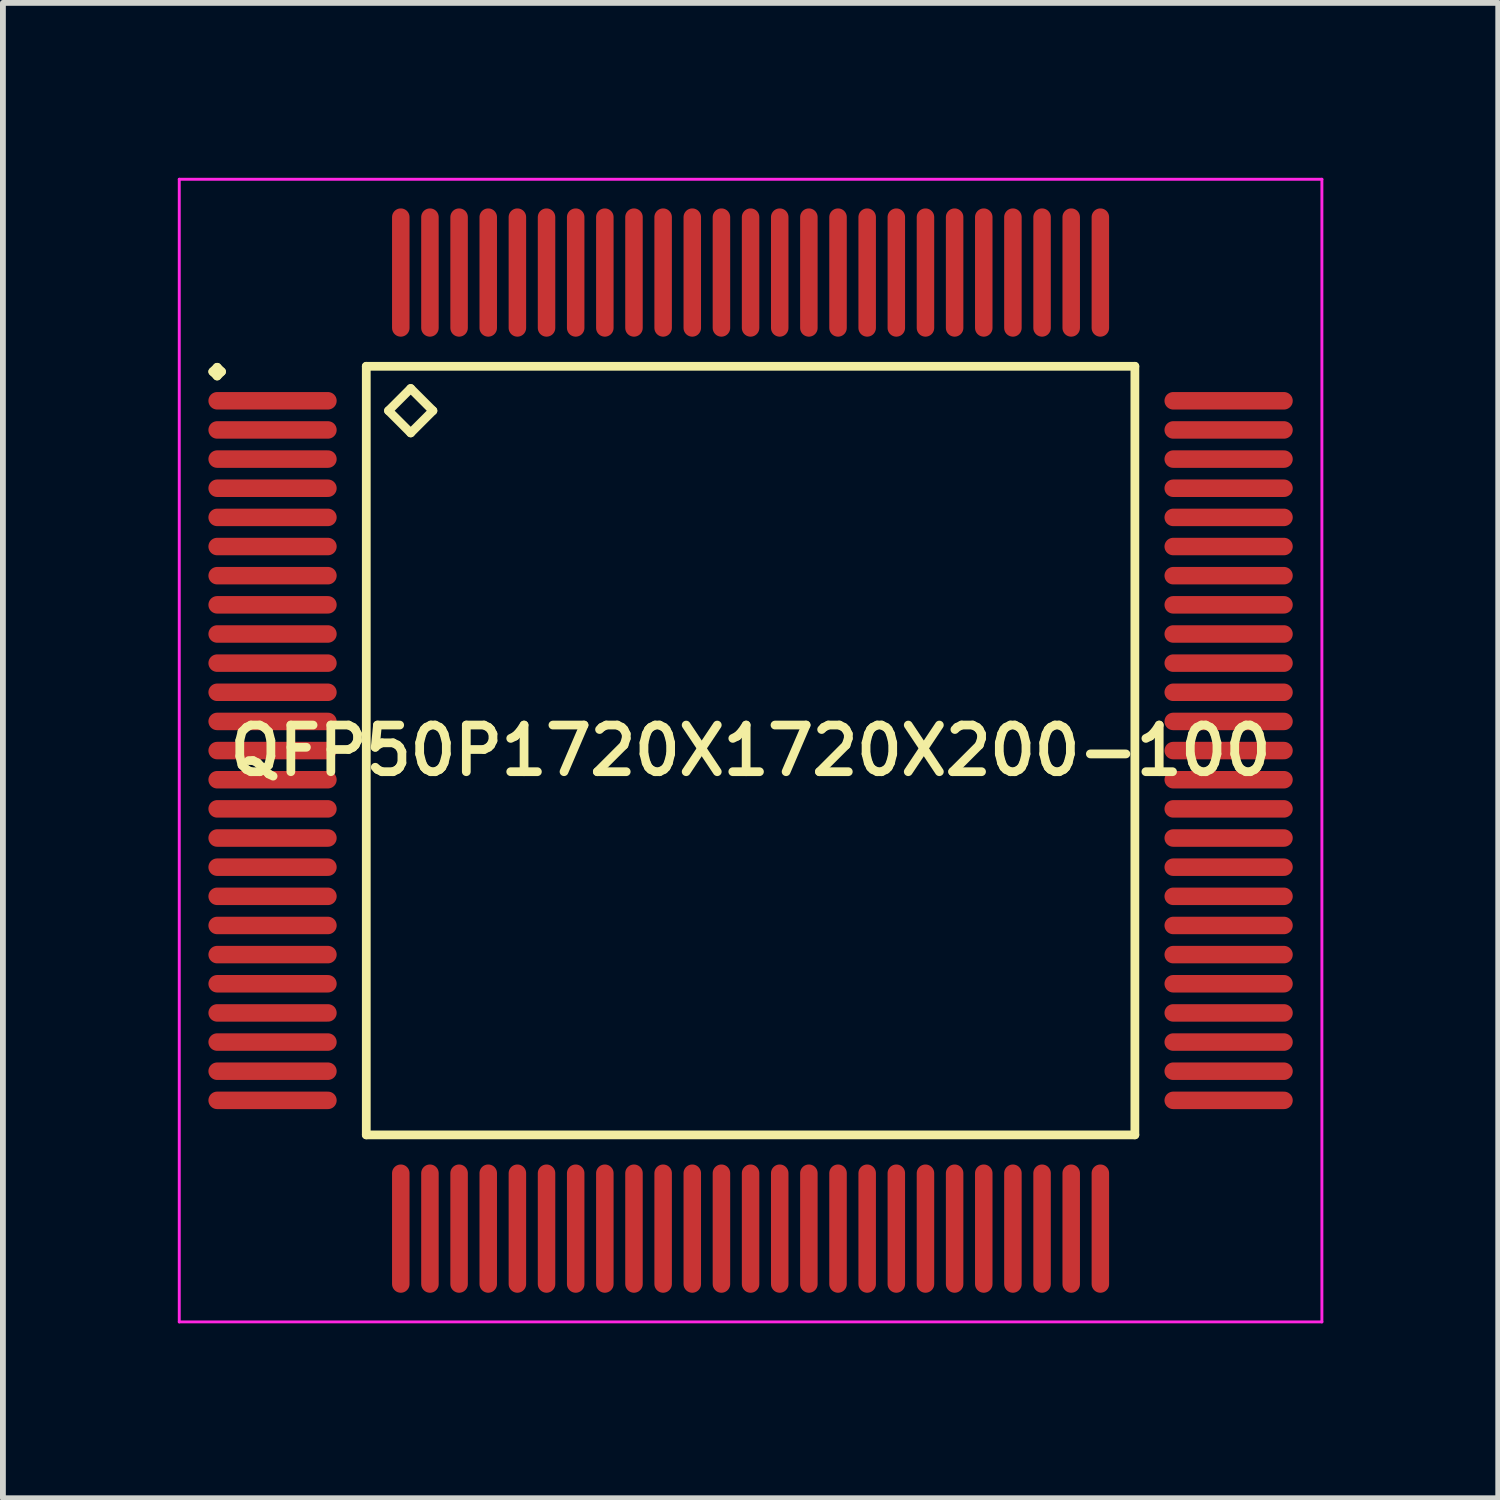
<source format=kicad_pcb>
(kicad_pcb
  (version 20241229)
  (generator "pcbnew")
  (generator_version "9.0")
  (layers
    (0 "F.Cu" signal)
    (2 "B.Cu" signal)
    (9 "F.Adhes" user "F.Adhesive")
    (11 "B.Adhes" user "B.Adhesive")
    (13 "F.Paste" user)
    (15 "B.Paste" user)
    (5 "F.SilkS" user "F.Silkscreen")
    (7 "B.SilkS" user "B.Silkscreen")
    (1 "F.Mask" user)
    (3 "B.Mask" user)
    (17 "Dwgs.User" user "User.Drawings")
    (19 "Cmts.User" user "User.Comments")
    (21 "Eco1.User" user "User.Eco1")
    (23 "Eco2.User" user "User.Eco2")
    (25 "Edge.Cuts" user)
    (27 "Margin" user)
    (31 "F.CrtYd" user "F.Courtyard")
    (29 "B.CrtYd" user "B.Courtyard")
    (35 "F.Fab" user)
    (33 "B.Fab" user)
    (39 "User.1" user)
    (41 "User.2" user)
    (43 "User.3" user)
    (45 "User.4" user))
  (footprint "QFP50P1720X1720X200-100"
    (layer "F.Cu")
    (at 9.825 9.825)
    (property "Reference" "QFP50P1720X1720X200-100" (at 0 0 0) (layer "F.SilkS") (effects (font (size 0.8 0.8) (thickness 0.15))))
    (attr smd)
    (fp_line (start -9.225 -6.5) (end -9.15 -6.575) (stroke (width 0.15) (type solid)) (layer "F.SilkS"))
    (fp_line (start -9.15 -6.575) (end -9.075 -6.5) (stroke (width 0.15) (type solid)) (layer "F.SilkS"))
    (fp_line (start -9.15 -6.425) (end -9.225 -6.5) (stroke (width 0.15) (type solid)) (layer "F.SilkS"))
    (fp_line (start -9.075 -6.5) (end -9.15 -6.425) (stroke (width 0.15) (type solid)) (layer "F.SilkS"))
    (fp_line (start -6.592 -6.592) (end -6.592 6.592) (stroke (width 0.15) (type solid)) (layer "F.SilkS"))
    (fp_line (start -6.592 6.592) (end 6.592 6.592) (stroke (width 0.15) (type solid)) (layer "F.SilkS"))
    (fp_line (start -6.211 -5.83) (end -5.83 -6.211) (stroke (width 0.15) (type solid)) (layer "F.SilkS"))
    (fp_line (start -5.83 -6.211) (end -5.449 -5.83) (stroke (width 0.15) (type solid)) (layer "F.SilkS"))
    (fp_line (start -5.83 -5.449) (end -6.211 -5.83) (stroke (width 0.15) (type solid)) (layer "F.SilkS"))
    (fp_line (start -5.449 -5.83) (end -5.83 -5.449) (stroke (width 0.15) (type solid)) (layer "F.SilkS"))
    (fp_line (start 6.592 -6.592) (end -6.592 -6.592) (stroke (width 0.15) (type solid)) (layer "F.SilkS"))
    (fp_line (start 6.592 6.592) (end 6.592 -6.592) (stroke (width 0.15) (type solid)) (layer "F.SilkS"))
    (fp_line (start -9.8 -9.8) (end 9.8 -9.8) (stroke (width 0.05) (type solid)) (layer "F.CrtYd"))
    (fp_line (start -9.8 9.8) (end -9.8 -9.8) (stroke (width 0.05) (type solid)) (layer "F.CrtYd"))
    (fp_line (start 9.8 -9.8) (end 9.8 9.8) (stroke (width 0.05) (type solid)) (layer "F.CrtYd"))
    (fp_line (start 9.8 9.8) (end -9.8 9.8) (stroke (width 0.05) (type solid)) (layer "F.CrtYd"))
    (pad "1" smd oval (at -8.2 -6) (size 2.2 0.3) (layers "F.Cu" "F.Mask" "F.Paste"))
    (pad "2" smd oval (at -8.2 -5.5) (size 2.2 0.3) (layers "F.Cu" "F.Mask" "F.Paste"))
    (pad "3" smd oval (at -8.2 -5) (size 2.2 0.3) (layers "F.Cu" "F.Mask" "F.Paste"))
    (pad "4" smd oval (at -8.2 -4.5) (size 2.2 0.3) (layers "F.Cu" "F.Mask" "F.Paste"))
    (pad "5" smd oval (at -8.2 -4) (size 2.2 0.3) (layers "F.Cu" "F.Mask" "F.Paste"))
    (pad "6" smd oval (at -8.2 -3.5) (size 2.2 0.3) (layers "F.Cu" "F.Mask" "F.Paste"))
    (pad "7" smd oval (at -8.2 -3) (size 2.2 0.3) (layers "F.Cu" "F.Mask" "F.Paste"))
    (pad "8" smd oval (at -8.2 -2.5) (size 2.2 0.3) (layers "F.Cu" "F.Mask" "F.Paste"))
    (pad "9" smd oval (at -8.2 -2) (size 2.2 0.3) (layers "F.Cu" "F.Mask" "F.Paste"))
    (pad "10" smd oval (at -8.2 -1.5) (size 2.2 0.3) (layers "F.Cu" "F.Mask" "F.Paste"))
    (pad "11" smd oval (at -8.2 -1) (size 2.2 0.3) (layers "F.Cu" "F.Mask" "F.Paste"))
    (pad "12" smd oval (at -8.2 -0.5) (size 2.2 0.3) (layers "F.Cu" "F.Mask" "F.Paste"))
    (pad "13" smd oval (at -8.2 0) (size 2.2 0.3) (layers "F.Cu" "F.Mask" "F.Paste"))
    (pad "14" smd oval (at -8.2 0.5) (size 2.2 0.3) (layers "F.Cu" "F.Mask" "F.Paste"))
    (pad "15" smd oval (at -8.2 1) (size 2.2 0.3) (layers "F.Cu" "F.Mask" "F.Paste"))
    (pad "16" smd oval (at -8.2 1.5) (size 2.2 0.3) (layers "F.Cu" "F.Mask" "F.Paste"))
    (pad "17" smd oval (at -8.2 2) (size 2.2 0.3) (layers "F.Cu" "F.Mask" "F.Paste"))
    (pad "18" smd oval (at -8.2 2.5) (size 2.2 0.3) (layers "F.Cu" "F.Mask" "F.Paste"))
    (pad "19" smd oval (at -8.2 3) (size 2.2 0.3) (layers "F.Cu" "F.Mask" "F.Paste"))
    (pad "20" smd oval (at -8.2 3.5) (size 2.2 0.3) (layers "F.Cu" "F.Mask" "F.Paste"))
    (pad "21" smd oval (at -8.2 4) (size 2.2 0.3) (layers "F.Cu" "F.Mask" "F.Paste"))
    (pad "22" smd oval (at -8.2 4.5) (size 2.2 0.3) (layers "F.Cu" "F.Mask" "F.Paste"))
    (pad "23" smd oval (at -8.2 5) (size 2.2 0.3) (layers "F.Cu" "F.Mask" "F.Paste"))
    (pad "24" smd oval (at -8.2 5.5) (size 2.2 0.3) (layers "F.Cu" "F.Mask" "F.Paste"))
    (pad "25" smd oval (at -8.2 6) (size 2.2 0.3) (layers "F.Cu" "F.Mask" "F.Paste"))
    (pad "26" smd oval (at -6 8.2) (size 0.3 2.2) (layers "F.Cu" "F.Mask" "F.Paste"))
    (pad "27" smd oval (at -5.5 8.2) (size 0.3 2.2) (layers "F.Cu" "F.Mask" "F.Paste"))
    (pad "28" smd oval (at -5 8.2) (size 0.3 2.2) (layers "F.Cu" "F.Mask" "F.Paste"))
    (pad "29" smd oval (at -4.5 8.2) (size 0.3 2.2) (layers "F.Cu" "F.Mask" "F.Paste"))
    (pad "30" smd oval (at -4 8.2) (size 0.3 2.2) (layers "F.Cu" "F.Mask" "F.Paste"))
    (pad "31" smd oval (at -3.5 8.2) (size 0.3 2.2) (layers "F.Cu" "F.Mask" "F.Paste"))
    (pad "32" smd oval (at -3 8.2) (size 0.3 2.2) (layers "F.Cu" "F.Mask" "F.Paste"))
    (pad "33" smd oval (at -2.5 8.2) (size 0.3 2.2) (layers "F.Cu" "F.Mask" "F.Paste"))
    (pad "34" smd oval (at -2 8.2) (size 0.3 2.2) (layers "F.Cu" "F.Mask" "F.Paste"))
    (pad "35" smd oval (at -1.5 8.2) (size 0.3 2.2) (layers "F.Cu" "F.Mask" "F.Paste"))
    (pad "36" smd oval (at -1 8.2) (size 0.3 2.2) (layers "F.Cu" "F.Mask" "F.Paste"))
    (pad "37" smd oval (at -0.5 8.2) (size 0.3 2.2) (layers "F.Cu" "F.Mask" "F.Paste"))
    (pad "38" smd oval (at 0 8.2) (size 0.3 2.2) (layers "F.Cu" "F.Mask" "F.Paste"))
    (pad "39" smd oval (at 0.5 8.2) (size 0.3 2.2) (layers "F.Cu" "F.Mask" "F.Paste"))
    (pad "40" smd oval (at 1 8.2) (size 0.3 2.2) (layers "F.Cu" "F.Mask" "F.Paste"))
    (pad "41" smd oval (at 1.5 8.2) (size 0.3 2.2) (layers "F.Cu" "F.Mask" "F.Paste"))
    (pad "42" smd oval (at 2 8.2) (size 0.3 2.2) (layers "F.Cu" "F.Mask" "F.Paste"))
    (pad "43" smd oval (at 2.5 8.2) (size 0.3 2.2) (layers "F.Cu" "F.Mask" "F.Paste"))
    (pad "44" smd oval (at 3 8.2) (size 0.3 2.2) (layers "F.Cu" "F.Mask" "F.Paste"))
    (pad "45" smd oval (at 3.5 8.2) (size 0.3 2.2) (layers "F.Cu" "F.Mask" "F.Paste"))
    (pad "46" smd oval (at 4 8.2) (size 0.3 2.2) (layers "F.Cu" "F.Mask" "F.Paste"))
    (pad "47" smd oval (at 4.5 8.2) (size 0.3 2.2) (layers "F.Cu" "F.Mask" "F.Paste"))
    (pad "48" smd oval (at 5 8.2) (size 0.3 2.2) (layers "F.Cu" "F.Mask" "F.Paste"))
    (pad "49" smd oval (at 5.5 8.2) (size 0.3 2.2) (layers "F.Cu" "F.Mask" "F.Paste"))
    (pad "50" smd oval (at 6 8.2) (size 0.3 2.2) (layers "F.Cu" "F.Mask" "F.Paste"))
    (pad "51" smd oval (at 8.2 6) (size 2.2 0.3) (layers "F.Cu" "F.Mask" "F.Paste"))
    (pad "52" smd oval (at 8.2 5.5) (size 2.2 0.3) (layers "F.Cu" "F.Mask" "F.Paste"))
    (pad "53" smd oval (at 8.2 5) (size 2.2 0.3) (layers "F.Cu" "F.Mask" "F.Paste"))
    (pad "54" smd oval (at 8.2 4.5) (size 2.2 0.3) (layers "F.Cu" "F.Mask" "F.Paste"))
    (pad "55" smd oval (at 8.2 4) (size 2.2 0.3) (layers "F.Cu" "F.Mask" "F.Paste"))
    (pad "56" smd oval (at 8.2 3.5) (size 2.2 0.3) (layers "F.Cu" "F.Mask" "F.Paste"))
    (pad "57" smd oval (at 8.2 3) (size 2.2 0.3) (layers "F.Cu" "F.Mask" "F.Paste"))
    (pad "58" smd oval (at 8.2 2.5) (size 2.2 0.3) (layers "F.Cu" "F.Mask" "F.Paste"))
    (pad "59" smd oval (at 8.2 2) (size 2.2 0.3) (layers "F.Cu" "F.Mask" "F.Paste"))
    (pad "60" smd oval (at 8.2 1.5) (size 2.2 0.3) (layers "F.Cu" "F.Mask" "F.Paste"))
    (pad "61" smd oval (at 8.2 1) (size 2.2 0.3) (layers "F.Cu" "F.Mask" "F.Paste"))
    (pad "62" smd oval (at 8.2 0.5) (size 2.2 0.3) (layers "F.Cu" "F.Mask" "F.Paste"))
    (pad "63" smd oval (at 8.2 0) (size 2.2 0.3) (layers "F.Cu" "F.Mask" "F.Paste"))
    (pad "64" smd oval (at 8.2 -0.5) (size 2.2 0.3) (layers "F.Cu" "F.Mask" "F.Paste"))
    (pad "65" smd oval (at 8.2 -1) (size 2.2 0.3) (layers "F.Cu" "F.Mask" "F.Paste"))
    (pad "66" smd oval (at 8.2 -1.5) (size 2.2 0.3) (layers "F.Cu" "F.Mask" "F.Paste"))
    (pad "67" smd oval (at 8.2 -2) (size 2.2 0.3) (layers "F.Cu" "F.Mask" "F.Paste"))
    (pad "68" smd oval (at 8.2 -2.5) (size 2.2 0.3) (layers "F.Cu" "F.Mask" "F.Paste"))
    (pad "69" smd oval (at 8.2 -3) (size 2.2 0.3) (layers "F.Cu" "F.Mask" "F.Paste"))
    (pad "70" smd oval (at 8.2 -3.5) (size 2.2 0.3) (layers "F.Cu" "F.Mask" "F.Paste"))
    (pad "71" smd oval (at 8.2 -4) (size 2.2 0.3) (layers "F.Cu" "F.Mask" "F.Paste"))
    (pad "72" smd oval (at 8.2 -4.5) (size 2.2 0.3) (layers "F.Cu" "F.Mask" "F.Paste"))
    (pad "73" smd oval (at 8.2 -5) (size 2.2 0.3) (layers "F.Cu" "F.Mask" "F.Paste"))
    (pad "74" smd oval (at 8.2 -5.5) (size 2.2 0.3) (layers "F.Cu" "F.Mask" "F.Paste"))
    (pad "75" smd oval (at 8.2 -6) (size 2.2 0.3) (layers "F.Cu" "F.Mask" "F.Paste"))
    (pad "76" smd oval (at 6 -8.2) (size 0.3 2.2) (layers "F.Cu" "F.Mask" "F.Paste"))
    (pad "77" smd oval (at 5.5 -8.2) (size 0.3 2.2) (layers "F.Cu" "F.Mask" "F.Paste"))
    (pad "78" smd oval (at 5 -8.2) (size 0.3 2.2) (layers "F.Cu" "F.Mask" "F.Paste"))
    (pad "79" smd oval (at 4.5 -8.2) (size 0.3 2.2) (layers "F.Cu" "F.Mask" "F.Paste"))
    (pad "80" smd oval (at 4 -8.2) (size 0.3 2.2) (layers "F.Cu" "F.Mask" "F.Paste"))
    (pad "81" smd oval (at 3.5 -8.2) (size 0.3 2.2) (layers "F.Cu" "F.Mask" "F.Paste"))
    (pad "82" smd oval (at 3 -8.2) (size 0.3 2.2) (layers "F.Cu" "F.Mask" "F.Paste"))
    (pad "83" smd oval (at 2.5 -8.2) (size 0.3 2.2) (layers "F.Cu" "F.Mask" "F.Paste"))
    (pad "84" smd oval (at 2 -8.2) (size 0.3 2.2) (layers "F.Cu" "F.Mask" "F.Paste"))
    (pad "85" smd oval (at 1.5 -8.2) (size 0.3 2.2) (layers "F.Cu" "F.Mask" "F.Paste"))
    (pad "86" smd oval (at 1 -8.2) (size 0.3 2.2) (layers "F.Cu" "F.Mask" "F.Paste"))
    (pad "87" smd oval (at 0.5 -8.2) (size 0.3 2.2) (layers "F.Cu" "F.Mask" "F.Paste"))
    (pad "88" smd oval (at 0 -8.2) (size 0.3 2.2) (layers "F.Cu" "F.Mask" "F.Paste"))
    (pad "89" smd oval (at -0.5 -8.2) (size 0.3 2.2) (layers "F.Cu" "F.Mask" "F.Paste"))
    (pad "90" smd oval (at -1 -8.2) (size 0.3 2.2) (layers "F.Cu" "F.Mask" "F.Paste"))
    (pad "91" smd oval (at -1.5 -8.2) (size 0.3 2.2) (layers "F.Cu" "F.Mask" "F.Paste"))
    (pad "92" smd oval (at -2 -8.2) (size 0.3 2.2) (layers "F.Cu" "F.Mask" "F.Paste"))
    (pad "93" smd oval (at -2.5 -8.2) (size 0.3 2.2) (layers "F.Cu" "F.Mask" "F.Paste"))
    (pad "94" smd oval (at -3 -8.2) (size 0.3 2.2) (layers "F.Cu" "F.Mask" "F.Paste"))
    (pad "95" smd oval (at -3.5 -8.2) (size 0.3 2.2) (layers "F.Cu" "F.Mask" "F.Paste"))
    (pad "96" smd oval (at -4 -8.2) (size 0.3 2.2) (layers "F.Cu" "F.Mask" "F.Paste"))
    (pad "97" smd oval (at -4.5 -8.2) (size 0.3 2.2) (layers "F.Cu" "F.Mask" "F.Paste"))
    (pad "98" smd oval (at -5 -8.2) (size 0.3 2.2) (layers "F.Cu" "F.Mask" "F.Paste"))
    (pad "99" smd oval (at -5.5 -8.2) (size 0.3 2.2) (layers "F.Cu" "F.Mask" "F.Paste"))
    (pad "100" smd oval (at -6 -8.2) (size 0.3 2.2) (layers "F.Cu" "F.Mask" "F.Paste")))
  (gr_rect
    (start -3 -3)
    (end 22.65 22.65)
    (stroke (width 0.1) (type default))
    (fill no)
    (layer "Edge.Cuts")))
</source>
